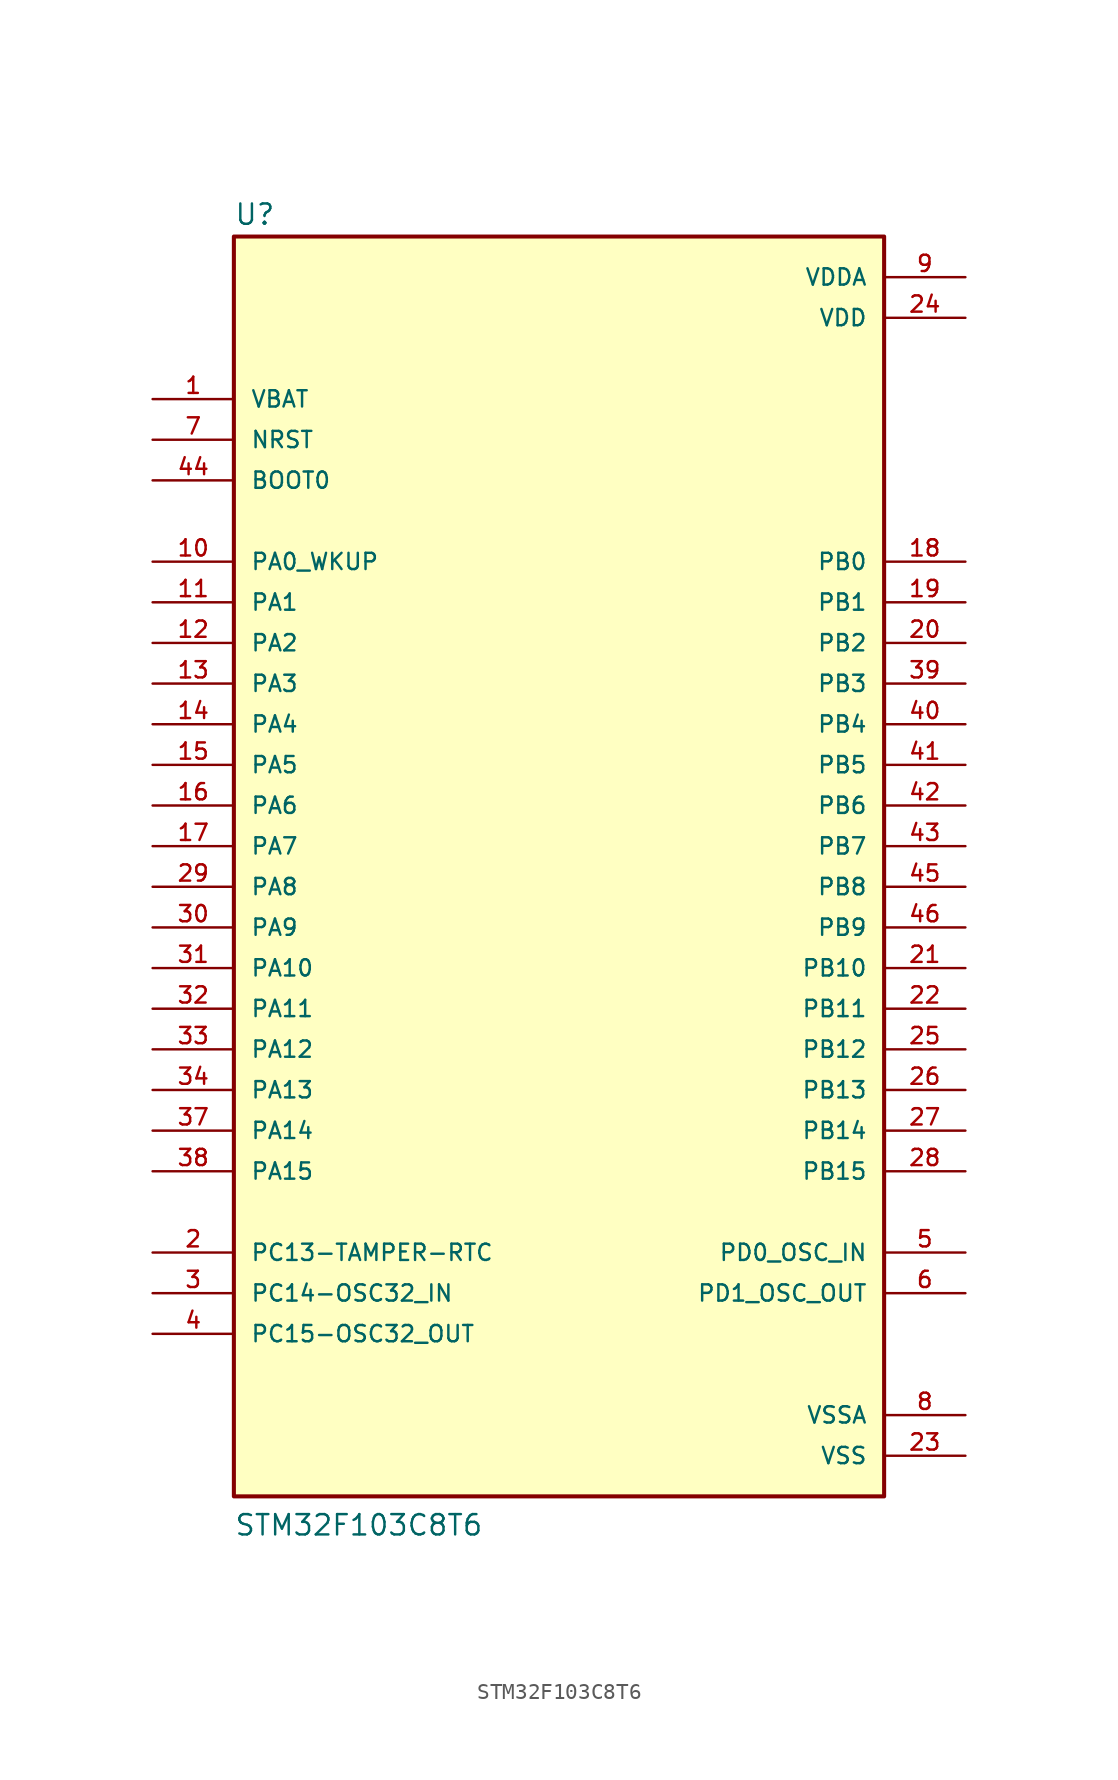
<source format=kicad_sym>
(kicad_symbol_lib
  (version 20241209)
  (generator "kicad_symbol_editor")
  (generator_version "9.0")
  (symbol "STM32F103C8T6"
    (pin_names
      (offset 1.016))
    (property "Reference" "U"
      (at -20.32 41.275 0)
      (effects (font (size 1.27 1.27)) (justify left bottom)))
    (property "Value" "STM32F103C8T6"
      (at -20.32 -40.64 0)
      (effects (font (size 1.27 1.27)) (justify left bottom)))
    (symbol "STM32F103C8T6_0_0"
      (rectangle (start -20.32 40.64) (end 20.32 -38.1) (stroke (width 0.254) (type default)) (fill (type background)))
      (pin bidirectional line (at -25.4 30.48 0) (length 5.08) (name "VBAT" (effects (font (size 1.016 1.016)))) (number "1" (effects (font (size 1.016 1.016)))))
      (pin input line (at -25.4 27.94 0) (length 5.08) (name "NRST" (effects (font (size 1.016 1.016)))) (number "7" (effects (font (size 1.016 1.016)))))
      (pin input line (at -25.4 25.4 0) (length 5.08) (name "BOOT0" (effects (font (size 1.016 1.016)))) (number "44" (effects (font (size 1.016 1.016)))))
      (pin bidirectional line (at -25.4 20.32 0) (length 5.08) (name "PA0_WKUP" (effects (font (size 1.016 1.016)))) (number "10" (effects (font (size 1.016 1.016)))))
      (pin bidirectional line (at -25.4 17.78 0) (length 5.08) (name "PA1" (effects (font (size 1.016 1.016)))) (number "11" (effects (font (size 1.016 1.016)))))
      (pin bidirectional line (at -25.4 15.24 0) (length 5.08) (name "PA2" (effects (font (size 1.016 1.016)))) (number "12" (effects (font (size 1.016 1.016)))))
      (pin bidirectional line (at -25.4 12.7 0) (length 5.08) (name "PA3" (effects (font (size 1.016 1.016)))) (number "13" (effects (font (size 1.016 1.016)))))
      (pin bidirectional line (at -25.4 10.16 0) (length 5.08) (name "PA4" (effects (font (size 1.016 1.016)))) (number "14" (effects (font (size 1.016 1.016)))))
      (pin bidirectional line (at -25.4 7.62 0) (length 5.08) (name "PA5" (effects (font (size 1.016 1.016)))) (number "15" (effects (font (size 1.016 1.016)))))
      (pin bidirectional line (at -25.4 5.08 0) (length 5.08) (name "PA6" (effects (font (size 1.016 1.016)))) (number "16" (effects (font (size 1.016 1.016)))))
      (pin bidirectional line (at -25.4 2.54 0) (length 5.08) (name "PA7" (effects (font (size 1.016 1.016)))) (number "17" (effects (font (size 1.016 1.016)))))
      (pin bidirectional line (at -25.4 0 0) (length 5.08) (name "PA8" (effects (font (size 1.016 1.016)))) (number "29" (effects (font (size 1.016 1.016)))))
      (pin bidirectional line (at -25.4 -2.54 0) (length 5.08) (name "PA9" (effects (font (size 1.016 1.016)))) (number "30" (effects (font (size 1.016 1.016)))))
      (pin bidirectional line (at -25.4 -5.08 0) (length 5.08) (name "PA10" (effects (font (size 1.016 1.016)))) (number "31" (effects (font (size 1.016 1.016)))))
      (pin bidirectional line (at -25.4 -7.62 0) (length 5.08) (name "PA11" (effects (font (size 1.016 1.016)))) (number "32" (effects (font (size 1.016 1.016)))))
      (pin bidirectional line (at -25.4 -10.16 0) (length 5.08) (name "PA12" (effects (font (size 1.016 1.016)))) (number "33" (effects (font (size 1.016 1.016)))))
      (pin bidirectional line (at -25.4 -12.7 0) (length 5.08) (name "PA13" (effects (font (size 1.016 1.016)))) (number "34" (effects (font (size 1.016 1.016)))))
      (pin bidirectional line (at -25.4 -15.24 0) (length 5.08) (name "PA14" (effects (font (size 1.016 1.016)))) (number "37" (effects (font (size 1.016 1.016)))))
      (pin bidirectional line (at -25.4 -17.78 0) (length 5.08) (name "PA15" (effects (font (size 1.016 1.016)))) (number "38" (effects (font (size 1.016 1.016)))))
      (pin bidirectional line (at -25.4 -22.86 0) (length 5.08) (name "PC13-TAMPER-RTC" (effects (font (size 1.016 1.016)))) (number "2" (effects (font (size 1.016 1.016)))))
      (pin bidirectional line (at -25.4 -25.4 0) (length 5.08) (name "PC14-OSC32_IN" (effects (font (size 1.016 1.016)))) (number "3" (effects (font (size 1.016 1.016)))))
      (pin bidirectional line (at -25.4 -27.94 0) (length 5.08) (name "PC15-OSC32_OUT" (effects (font (size 1.016 1.016)))) (number "4" (effects (font (size 1.016 1.016)))))
      (pin power_in line (at 25.4 38.1 180) (length 5.08) (name "VDDA" (effects (font (size 1.016 1.016)))) (number "9" (effects (font (size 1.016 1.016)))))
      (pin power_in line (at 25.4 35.56 180) (length 5.08) (name "VDD" (effects (font (size 1.016 1.016)))) (number "24" (effects (font (size 1.016 1.016)))))
      (pin power_in line (at 25.4 35.56 180) (length 5.08) (hide yes) (name "VDD" (effects (font (size 1.016 1.016)))) (number "36" (effects (font (size 1.016 1.016)))))
      (pin power_in line (at 25.4 35.56 180) (length 5.08) (hide yes) (name "VDD" (effects (font (size 1.016 1.016)))) (number "48" (effects (font (size 1.016 1.016)))))
      (pin bidirectional line (at 25.4 20.32 180) (length 5.08) (name "PB0" (effects (font (size 1.016 1.016)))) (number "18" (effects (font (size 1.016 1.016)))))
      (pin bidirectional line (at 25.4 17.78 180) (length 5.08) (name "PB1" (effects (font (size 1.016 1.016)))) (number "19" (effects (font (size 1.016 1.016)))))
      (pin bidirectional line (at 25.4 15.24 180) (length 5.08) (name "PB2" (effects (font (size 1.016 1.016)))) (number "20" (effects (font (size 1.016 1.016)))))
      (pin bidirectional line (at 25.4 12.7 180) (length 5.08) (name "PB3" (effects (font (size 1.016 1.016)))) (number "39" (effects (font (size 1.016 1.016)))))
      (pin bidirectional line (at 25.4 10.16 180) (length 5.08) (name "PB4" (effects (font (size 1.016 1.016)))) (number "40" (effects (font (size 1.016 1.016)))))
      (pin bidirectional line (at 25.4 7.62 180) (length 5.08) (name "PB5" (effects (font (size 1.016 1.016)))) (number "41" (effects (font (size 1.016 1.016)))))
      (pin bidirectional line (at 25.4 5.08 180) (length 5.08) (name "PB6" (effects (font (size 1.016 1.016)))) (number "42" (effects (font (size 1.016 1.016)))))
      (pin bidirectional line (at 25.4 2.54 180) (length 5.08) (name "PB7" (effects (font (size 1.016 1.016)))) (number "43" (effects (font (size 1.016 1.016)))))
      (pin bidirectional line (at 25.4 0 180) (length 5.08) (name "PB8" (effects (font (size 1.016 1.016)))) (number "45" (effects (font (size 1.016 1.016)))))
      (pin bidirectional line (at 25.4 -2.54 180) (length 5.08) (name "PB9" (effects (font (size 1.016 1.016)))) (number "46" (effects (font (size 1.016 1.016)))))
      (pin bidirectional line (at 25.4 -5.08 180) (length 5.08) (name "PB10" (effects (font (size 1.016 1.016)))) (number "21" (effects (font (size 1.016 1.016)))))
      (pin bidirectional line (at 25.4 -7.62 180) (length 5.08) (name "PB11" (effects (font (size 1.016 1.016)))) (number "22" (effects (font (size 1.016 1.016)))))
      (pin bidirectional line (at 25.4 -10.16 180) (length 5.08) (name "PB12" (effects (font (size 1.016 1.016)))) (number "25" (effects (font (size 1.016 1.016)))))
      (pin bidirectional line (at 25.4 -12.7 180) (length 5.08) (name "PB13" (effects (font (size 1.016 1.016)))) (number "26" (effects (font (size 1.016 1.016)))))
      (pin bidirectional line (at 25.4 -15.24 180) (length 5.08) (name "PB14" (effects (font (size 1.016 1.016)))) (number "27" (effects (font (size 1.016 1.016)))))
      (pin bidirectional line (at 25.4 -17.78 180) (length 5.08) (name "PB15" (effects (font (size 1.016 1.016)))) (number "28" (effects (font (size 1.016 1.016)))))
      (pin bidirectional line (at 25.4 -22.86 180) (length 5.08) (name "PD0_OSC_IN" (effects (font (size 1.016 1.016)))) (number "5" (effects (font (size 1.016 1.016)))))
      (pin bidirectional line (at 25.4 -25.4 180) (length 5.08) (name "PD1_OSC_OUT" (effects (font (size 1.016 1.016)))) (number "6" (effects (font (size 1.016 1.016)))))
      (pin power_in line (at 25.4 -33.02 180) (length 5.08) (name "VSSA" (effects (font (size 1.016 1.016)))) (number "8" (effects (font (size 1.016 1.016)))))
      (pin power_in line (at 25.4 -35.56 180) (length 5.08) (name "VSS" (effects (font (size 1.016 1.016)))) (number "23" (effects (font (size 1.016 1.016)))))
      (pin power_in line (at 25.4 -35.56 180) (length 5.08) (hide yes) (name "VSS" (effects (font (size 1.016 1.016)))) (number "35" (effects (font (size 1.016 1.016)))))
      (pin power_in line (at 25.4 -35.56 180) (length 5.08) (hide yes) (name "VSS" (effects (font (size 1.016 1.016)))) (number "47" (effects (font (size 1.016 1.016))))))))
</source>
